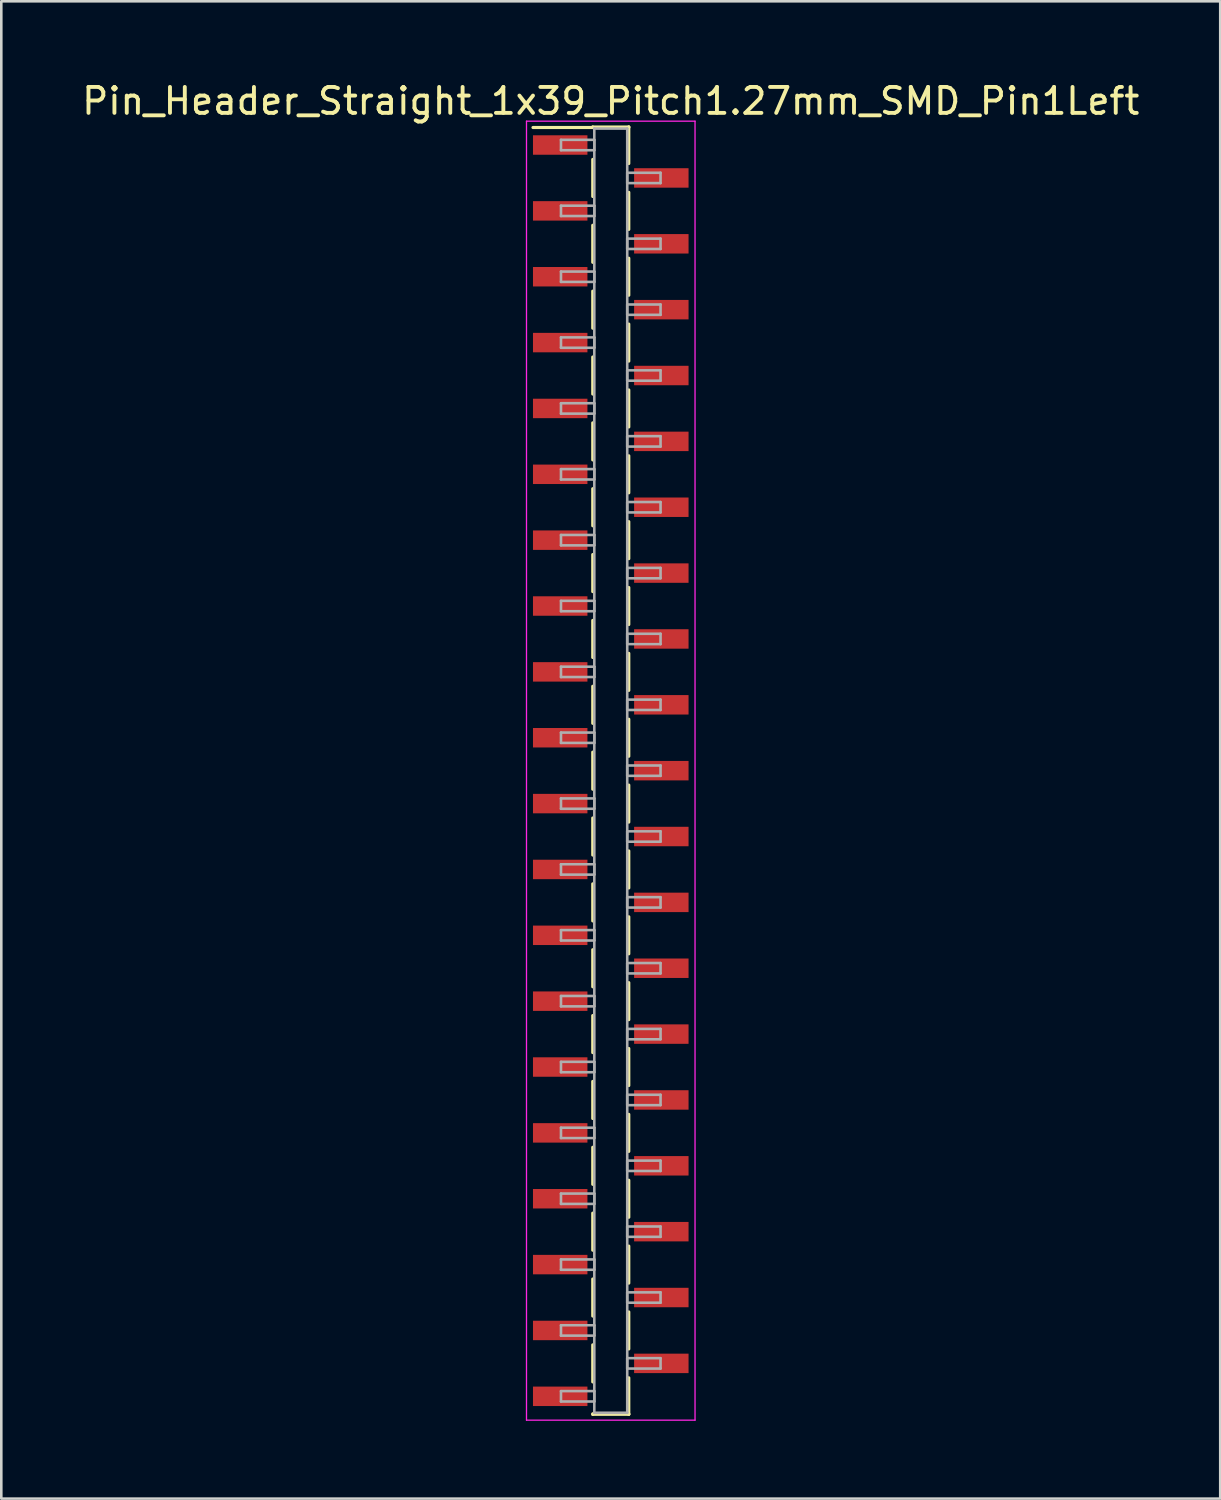
<source format=kicad_pcb>
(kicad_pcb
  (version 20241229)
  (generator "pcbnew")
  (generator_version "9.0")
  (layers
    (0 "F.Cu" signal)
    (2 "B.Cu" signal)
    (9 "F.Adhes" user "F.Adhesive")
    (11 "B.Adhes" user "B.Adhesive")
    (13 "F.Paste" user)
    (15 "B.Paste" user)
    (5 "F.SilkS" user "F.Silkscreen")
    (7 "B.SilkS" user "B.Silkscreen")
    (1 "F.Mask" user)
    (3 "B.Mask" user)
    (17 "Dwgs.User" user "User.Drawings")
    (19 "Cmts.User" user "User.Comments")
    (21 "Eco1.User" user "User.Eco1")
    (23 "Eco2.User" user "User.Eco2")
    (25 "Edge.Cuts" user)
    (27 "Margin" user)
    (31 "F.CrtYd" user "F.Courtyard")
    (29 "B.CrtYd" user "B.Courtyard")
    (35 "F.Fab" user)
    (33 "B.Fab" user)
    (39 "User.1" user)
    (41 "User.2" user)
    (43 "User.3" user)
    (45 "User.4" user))
  (footprint "Pin_Header_Straight_1x39_Pitch1.27mm_SMD_Pin1Left"
    (layer "F.Cu")
    (at 20.506 26.673)
    (property "Reference" "Pin_Header_Straight_1x39_Pitch1.27mm_SMD_Pin1Left" (at 0 -25.825 0) (layer "F.SilkS") (effects (font (size 1 1) (thickness 0.15))))
    (attr smd)
    (fp_line (start -0.695 -24.825) (end 0.695 -24.825) (stroke (width 0.12) (type solid)) (layer "F.SilkS"))
    (fp_line (start -0.695 -24.805) (end -3 -24.805) (stroke (width 0.12) (type solid)) (layer "F.SilkS"))
    (fp_line (start -0.695 -24.805) (end -0.695 -24.825) (stroke (width 0.12) (type solid)) (layer "F.SilkS"))
    (fp_line (start -0.695 -23.575) (end -0.695 -22.145) (stroke (width 0.12) (type solid)) (layer "F.SilkS"))
    (fp_line (start -0.695 -21.035) (end -0.695 -19.605) (stroke (width 0.12) (type solid)) (layer "F.SilkS"))
    (fp_line (start -0.695 -18.495) (end -0.695 -17.065) (stroke (width 0.12) (type solid)) (layer "F.SilkS"))
    (fp_line (start -0.695 -15.955) (end -0.695 -14.525) (stroke (width 0.12) (type solid)) (layer "F.SilkS"))
    (fp_line (start -0.695 -13.415) (end -0.695 -11.985) (stroke (width 0.12) (type solid)) (layer "F.SilkS"))
    (fp_line (start -0.695 -10.875) (end -0.695 -9.445) (stroke (width 0.12) (type solid)) (layer "F.SilkS"))
    (fp_line (start -0.695 -8.335) (end -0.695 -6.905) (stroke (width 0.12) (type solid)) (layer "F.SilkS"))
    (fp_line (start -0.695 -5.795) (end -0.695 -4.365) (stroke (width 0.12) (type solid)) (layer "F.SilkS"))
    (fp_line (start -0.695 -3.255) (end -0.695 -1.825) (stroke (width 0.12) (type solid)) (layer "F.SilkS"))
    (fp_line (start -0.695 -0.715) (end -0.695 0.715) (stroke (width 0.12) (type solid)) (layer "F.SilkS"))
    (fp_line (start -0.695 1.825) (end -0.695 3.255) (stroke (width 0.12) (type solid)) (layer "F.SilkS"))
    (fp_line (start -0.695 4.365) (end -0.695 5.795) (stroke (width 0.12) (type solid)) (layer "F.SilkS"))
    (fp_line (start -0.695 6.905) (end -0.695 8.335) (stroke (width 0.12) (type solid)) (layer "F.SilkS"))
    (fp_line (start -0.695 9.445) (end -0.695 10.875) (stroke (width 0.12) (type solid)) (layer "F.SilkS"))
    (fp_line (start -0.695 11.985) (end -0.695 13.415) (stroke (width 0.12) (type solid)) (layer "F.SilkS"))
    (fp_line (start -0.695 14.525) (end -0.695 15.955) (stroke (width 0.12) (type solid)) (layer "F.SilkS"))
    (fp_line (start -0.695 17.065) (end -0.695 18.495) (stroke (width 0.12) (type solid)) (layer "F.SilkS"))
    (fp_line (start -0.695 19.605) (end -0.695 21.035) (stroke (width 0.12) (type solid)) (layer "F.SilkS"))
    (fp_line (start -0.695 22.145) (end -0.695 23.575) (stroke (width 0.12) (type solid)) (layer "F.SilkS"))
    (fp_line (start -0.695 24.805) (end -0.695 24.825) (stroke (width 0.12) (type solid)) (layer "F.SilkS"))
    (fp_line (start -0.695 24.825) (end 0.695 24.825) (stroke (width 0.12) (type solid)) (layer "F.SilkS"))
    (fp_line (start 0.695 -24.825) (end 0.695 -24.805) (stroke (width 0.12) (type solid)) (layer "F.SilkS"))
    (fp_line (start 0.695 -24.825) (end 0.695 -23.415) (stroke (width 0.12) (type solid)) (layer "F.SilkS"))
    (fp_line (start 0.695 -22.305) (end 0.695 -20.875) (stroke (width 0.12) (type solid)) (layer "F.SilkS"))
    (fp_line (start 0.695 -19.765) (end 0.695 -18.335) (stroke (width 0.12) (type solid)) (layer "F.SilkS"))
    (fp_line (start 0.695 -17.225) (end 0.695 -15.795) (stroke (width 0.12) (type solid)) (layer "F.SilkS"))
    (fp_line (start 0.695 -14.685) (end 0.695 -13.255) (stroke (width 0.12) (type solid)) (layer "F.SilkS"))
    (fp_line (start 0.695 -12.145) (end 0.695 -10.715) (stroke (width 0.12) (type solid)) (layer "F.SilkS"))
    (fp_line (start 0.695 -9.605) (end 0.695 -8.175) (stroke (width 0.12) (type solid)) (layer "F.SilkS"))
    (fp_line (start 0.695 -7.065) (end 0.695 -5.635) (stroke (width 0.12) (type solid)) (layer "F.SilkS"))
    (fp_line (start 0.695 -4.525) (end 0.695 -3.095) (stroke (width 0.12) (type solid)) (layer "F.SilkS"))
    (fp_line (start 0.695 -1.985) (end 0.695 -0.555) (stroke (width 0.12) (type solid)) (layer "F.SilkS"))
    (fp_line (start 0.695 0.555) (end 0.695 1.985) (stroke (width 0.12) (type solid)) (layer "F.SilkS"))
    (fp_line (start 0.695 3.095) (end 0.695 4.525) (stroke (width 0.12) (type solid)) (layer "F.SilkS"))
    (fp_line (start 0.695 5.635) (end 0.695 7.065) (stroke (width 0.12) (type solid)) (layer "F.SilkS"))
    (fp_line (start 0.695 8.175) (end 0.695 9.605) (stroke (width 0.12) (type solid)) (layer "F.SilkS"))
    (fp_line (start 0.695 10.715) (end 0.695 12.145) (stroke (width 0.12) (type solid)) (layer "F.SilkS"))
    (fp_line (start 0.695 13.255) (end 0.695 14.685) (stroke (width 0.12) (type solid)) (layer "F.SilkS"))
    (fp_line (start 0.695 15.795) (end 0.695 17.225) (stroke (width 0.12) (type solid)) (layer "F.SilkS"))
    (fp_line (start 0.695 18.335) (end 0.695 19.765) (stroke (width 0.12) (type solid)) (layer "F.SilkS"))
    (fp_line (start 0.695 20.875) (end 0.695 22.305) (stroke (width 0.12) (type solid)) (layer "F.SilkS"))
    (fp_line (start 0.695 23.415) (end 0.695 24.825) (stroke (width 0.12) (type solid)) (layer "F.SilkS"))
    (fp_line (start 0.695 24.825) (end 0.695 24.805) (stroke (width 0.12) (type solid)) (layer "F.SilkS"))
    (fp_line (start -3.25 -25.05) (end -3.25 25.05) (stroke (width 0.05) (type solid)) (layer "F.CrtYd"))
    (fp_line (start -3.25 25.05) (end 3.25 25.05) (stroke (width 0.05) (type solid)) (layer "F.CrtYd"))
    (fp_line (start 3.25 -25.05) (end -3.25 -25.05) (stroke (width 0.05) (type solid)) (layer "F.CrtYd"))
    (fp_line (start 3.25 25.05) (end 3.25 -25.05) (stroke (width 0.05) (type solid)) (layer "F.CrtYd"))
    (fp_line (start -1.92 -24.33) (end -0.635 -24.33) (stroke (width 0.1) (type solid)) (layer "F.Fab"))
    (fp_line (start -1.92 -23.93) (end -1.92 -24.33) (stroke (width 0.1) (type solid)) (layer "F.Fab"))
    (fp_line (start -1.92 -21.79) (end -0.635 -21.79) (stroke (width 0.1) (type solid)) (layer "F.Fab"))
    (fp_line (start -1.92 -21.39) (end -1.92 -21.79) (stroke (width 0.1) (type solid)) (layer "F.Fab"))
    (fp_line (start -1.92 -19.25) (end -0.635 -19.25) (stroke (width 0.1) (type solid)) (layer "F.Fab"))
    (fp_line (start -1.92 -18.85) (end -1.92 -19.25) (stroke (width 0.1) (type solid)) (layer "F.Fab"))
    (fp_line (start -1.92 -16.71) (end -0.635 -16.71) (stroke (width 0.1) (type solid)) (layer "F.Fab"))
    (fp_line (start -1.92 -16.31) (end -1.92 -16.71) (stroke (width 0.1) (type solid)) (layer "F.Fab"))
    (fp_line (start -1.92 -14.17) (end -0.635 -14.17) (stroke (width 0.1) (type solid)) (layer "F.Fab"))
    (fp_line (start -1.92 -13.77) (end -1.92 -14.17) (stroke (width 0.1) (type solid)) (layer "F.Fab"))
    (fp_line (start -1.92 -11.63) (end -0.635 -11.63) (stroke (width 0.1) (type solid)) (layer "F.Fab"))
    (fp_line (start -1.92 -11.23) (end -1.92 -11.63) (stroke (width 0.1) (type solid)) (layer "F.Fab"))
    (fp_line (start -1.92 -9.09) (end -0.635 -9.09) (stroke (width 0.1) (type solid)) (layer "F.Fab"))
    (fp_line (start -1.92 -8.69) (end -1.92 -9.09) (stroke (width 0.1) (type solid)) (layer "F.Fab"))
    (fp_line (start -1.92 -6.55) (end -0.635 -6.55) (stroke (width 0.1) (type solid)) (layer "F.Fab"))
    (fp_line (start -1.92 -6.15) (end -1.92 -6.55) (stroke (width 0.1) (type solid)) (layer "F.Fab"))
    (fp_line (start -1.92 -4.01) (end -0.635 -4.01) (stroke (width 0.1) (type solid)) (layer "F.Fab"))
    (fp_line (start -1.92 -3.61) (end -1.92 -4.01) (stroke (width 0.1) (type solid)) (layer "F.Fab"))
    (fp_line (start -1.92 -1.47) (end -0.635 -1.47) (stroke (width 0.1) (type solid)) (layer "F.Fab"))
    (fp_line (start -1.92 -1.07) (end -1.92 -1.47) (stroke (width 0.1) (type solid)) (layer "F.Fab"))
    (fp_line (start -1.92 1.07) (end -0.635 1.07) (stroke (width 0.1) (type solid)) (layer "F.Fab"))
    (fp_line (start -1.92 1.47) (end -1.92 1.07) (stroke (width 0.1) (type solid)) (layer "F.Fab"))
    (fp_line (start -1.92 3.61) (end -0.635 3.61) (stroke (width 0.1) (type solid)) (layer "F.Fab"))
    (fp_line (start -1.92 4.01) (end -1.92 3.61) (stroke (width 0.1) (type solid)) (layer "F.Fab"))
    (fp_line (start -1.92 6.15) (end -0.635 6.15) (stroke (width 0.1) (type solid)) (layer "F.Fab"))
    (fp_line (start -1.92 6.55) (end -1.92 6.15) (stroke (width 0.1) (type solid)) (layer "F.Fab"))
    (fp_line (start -1.92 8.69) (end -0.635 8.69) (stroke (width 0.1) (type solid)) (layer "F.Fab"))
    (fp_line (start -1.92 9.09) (end -1.92 8.69) (stroke (width 0.1) (type solid)) (layer "F.Fab"))
    (fp_line (start -1.92 11.23) (end -0.635 11.23) (stroke (width 0.1) (type solid)) (layer "F.Fab"))
    (fp_line (start -1.92 11.63) (end -1.92 11.23) (stroke (width 0.1) (type solid)) (layer "F.Fab"))
    (fp_line (start -1.92 13.77) (end -0.635 13.77) (stroke (width 0.1) (type solid)) (layer "F.Fab"))
    (fp_line (start -1.92 14.17) (end -1.92 13.77) (stroke (width 0.1) (type solid)) (layer "F.Fab"))
    (fp_line (start -1.92 16.31) (end -0.635 16.31) (stroke (width 0.1) (type solid)) (layer "F.Fab"))
    (fp_line (start -1.92 16.71) (end -1.92 16.31) (stroke (width 0.1) (type solid)) (layer "F.Fab"))
    (fp_line (start -1.92 18.85) (end -0.635 18.85) (stroke (width 0.1) (type solid)) (layer "F.Fab"))
    (fp_line (start -1.92 19.25) (end -1.92 18.85) (stroke (width 0.1) (type solid)) (layer "F.Fab"))
    (fp_line (start -1.92 21.39) (end -0.635 21.39) (stroke (width 0.1) (type solid)) (layer "F.Fab"))
    (fp_line (start -1.92 21.79) (end -1.92 21.39) (stroke (width 0.1) (type solid)) (layer "F.Fab"))
    (fp_line (start -1.92 23.93) (end -0.635 23.93) (stroke (width 0.1) (type solid)) (layer "F.Fab"))
    (fp_line (start -1.92 24.33) (end -1.92 23.93) (stroke (width 0.1) (type solid)) (layer "F.Fab"))
    (fp_line (start -0.635 -24.765) (end -0.635 24.765) (stroke (width 0.1) (type solid)) (layer "F.Fab"))
    (fp_line (start -0.635 -24.33) (end -0.635 -23.93) (stroke (width 0.1) (type solid)) (layer "F.Fab"))
    (fp_line (start -0.635 -23.93) (end -1.92 -23.93) (stroke (width 0.1) (type solid)) (layer "F.Fab"))
    (fp_line (start -0.635 -21.79) (end -0.635 -21.39) (stroke (width 0.1) (type solid)) (layer "F.Fab"))
    (fp_line (start -0.635 -21.39) (end -1.92 -21.39) (stroke (width 0.1) (type solid)) (layer "F.Fab"))
    (fp_line (start -0.635 -19.25) (end -0.635 -18.85) (stroke (width 0.1) (type solid)) (layer "F.Fab"))
    (fp_line (start -0.635 -18.85) (end -1.92 -18.85) (stroke (width 0.1) (type solid)) (layer "F.Fab"))
    (fp_line (start -0.635 -16.71) (end -0.635 -16.31) (stroke (width 0.1) (type solid)) (layer "F.Fab"))
    (fp_line (start -0.635 -16.31) (end -1.92 -16.31) (stroke (width 0.1) (type solid)) (layer "F.Fab"))
    (fp_line (start -0.635 -14.17) (end -0.635 -13.77) (stroke (width 0.1) (type solid)) (layer "F.Fab"))
    (fp_line (start -0.635 -13.77) (end -1.92 -13.77) (stroke (width 0.1) (type solid)) (layer "F.Fab"))
    (fp_line (start -0.635 -11.63) (end -0.635 -11.23) (stroke (width 0.1) (type solid)) (layer "F.Fab"))
    (fp_line (start -0.635 -11.23) (end -1.92 -11.23) (stroke (width 0.1) (type solid)) (layer "F.Fab"))
    (fp_line (start -0.635 -9.09) (end -0.635 -8.69) (stroke (width 0.1) (type solid)) (layer "F.Fab"))
    (fp_line (start -0.635 -8.69) (end -1.92 -8.69) (stroke (width 0.1) (type solid)) (layer "F.Fab"))
    (fp_line (start -0.635 -6.55) (end -0.635 -6.15) (stroke (width 0.1) (type solid)) (layer "F.Fab"))
    (fp_line (start -0.635 -6.15) (end -1.92 -6.15) (stroke (width 0.1) (type solid)) (layer "F.Fab"))
    (fp_line (start -0.635 -4.01) (end -0.635 -3.61) (stroke (width 0.1) (type solid)) (layer "F.Fab"))
    (fp_line (start -0.635 -3.61) (end -1.92 -3.61) (stroke (width 0.1) (type solid)) (layer "F.Fab"))
    (fp_line (start -0.635 -1.47) (end -0.635 -1.07) (stroke (width 0.1) (type solid)) (layer "F.Fab"))
    (fp_line (start -0.635 -1.07) (end -1.92 -1.07) (stroke (width 0.1) (type solid)) (layer "F.Fab"))
    (fp_line (start -0.635 1.07) (end -0.635 1.47) (stroke (width 0.1) (type solid)) (layer "F.Fab"))
    (fp_line (start -0.635 1.47) (end -1.92 1.47) (stroke (width 0.1) (type solid)) (layer "F.Fab"))
    (fp_line (start -0.635 3.61) (end -0.635 4.01) (stroke (width 0.1) (type solid)) (layer "F.Fab"))
    (fp_line (start -0.635 4.01) (end -1.92 4.01) (stroke (width 0.1) (type solid)) (layer "F.Fab"))
    (fp_line (start -0.635 6.15) (end -0.635 6.55) (stroke (width 0.1) (type solid)) (layer "F.Fab"))
    (fp_line (start -0.635 6.55) (end -1.92 6.55) (stroke (width 0.1) (type solid)) (layer "F.Fab"))
    (fp_line (start -0.635 8.69) (end -0.635 9.09) (stroke (width 0.1) (type solid)) (layer "F.Fab"))
    (fp_line (start -0.635 9.09) (end -1.92 9.09) (stroke (width 0.1) (type solid)) (layer "F.Fab"))
    (fp_line (start -0.635 11.23) (end -0.635 11.63) (stroke (width 0.1) (type solid)) (layer "F.Fab"))
    (fp_line (start -0.635 11.63) (end -1.92 11.63) (stroke (width 0.1) (type solid)) (layer "F.Fab"))
    (fp_line (start -0.635 13.77) (end -0.635 14.17) (stroke (width 0.1) (type solid)) (layer "F.Fab"))
    (fp_line (start -0.635 14.17) (end -1.92 14.17) (stroke (width 0.1) (type solid)) (layer "F.Fab"))
    (fp_line (start -0.635 16.31) (end -0.635 16.71) (stroke (width 0.1) (type solid)) (layer "F.Fab"))
    (fp_line (start -0.635 16.71) (end -1.92 16.71) (stroke (width 0.1) (type solid)) (layer "F.Fab"))
    (fp_line (start -0.635 18.85) (end -0.635 19.25) (stroke (width 0.1) (type solid)) (layer "F.Fab"))
    (fp_line (start -0.635 19.25) (end -1.92 19.25) (stroke (width 0.1) (type solid)) (layer "F.Fab"))
    (fp_line (start -0.635 21.39) (end -0.635 21.79) (stroke (width 0.1) (type solid)) (layer "F.Fab"))
    (fp_line (start -0.635 21.79) (end -1.92 21.79) (stroke (width 0.1) (type solid)) (layer "F.Fab"))
    (fp_line (start -0.635 23.93) (end -0.635 24.33) (stroke (width 0.1) (type solid)) (layer "F.Fab"))
    (fp_line (start -0.635 24.33) (end -1.92 24.33) (stroke (width 0.1) (type solid)) (layer "F.Fab"))
    (fp_line (start -0.635 24.765) (end 0.635 24.765) (stroke (width 0.1) (type solid)) (layer "F.Fab"))
    (fp_line (start 0.635 -24.765) (end -0.635 -24.765) (stroke (width 0.1) (type solid)) (layer "F.Fab"))
    (fp_line (start 0.635 -23.06) (end 0.635 -22.66) (stroke (width 0.1) (type solid)) (layer "F.Fab"))
    (fp_line (start 0.635 -22.66) (end 1.92 -22.66) (stroke (width 0.1) (type solid)) (layer "F.Fab"))
    (fp_line (start 0.635 -20.52) (end 0.635 -20.12) (stroke (width 0.1) (type solid)) (layer "F.Fab"))
    (fp_line (start 0.635 -20.12) (end 1.92 -20.12) (stroke (width 0.1) (type solid)) (layer "F.Fab"))
    (fp_line (start 0.635 -17.98) (end 0.635 -17.58) (stroke (width 0.1) (type solid)) (layer "F.Fab"))
    (fp_line (start 0.635 -17.58) (end 1.92 -17.58) (stroke (width 0.1) (type solid)) (layer "F.Fab"))
    (fp_line (start 0.635 -15.44) (end 0.635 -15.04) (stroke (width 0.1) (type solid)) (layer "F.Fab"))
    (fp_line (start 0.635 -15.04) (end 1.92 -15.04) (stroke (width 0.1) (type solid)) (layer "F.Fab"))
    (fp_line (start 0.635 -12.9) (end 0.635 -12.5) (stroke (width 0.1) (type solid)) (layer "F.Fab"))
    (fp_line (start 0.635 -12.5) (end 1.92 -12.5) (stroke (width 0.1) (type solid)) (layer "F.Fab"))
    (fp_line (start 0.635 -10.36) (end 0.635 -9.96) (stroke (width 0.1) (type solid)) (layer "F.Fab"))
    (fp_line (start 0.635 -9.96) (end 1.92 -9.96) (stroke (width 0.1) (type solid)) (layer "F.Fab"))
    (fp_line (start 0.635 -7.82) (end 0.635 -7.42) (stroke (width 0.1) (type solid)) (layer "F.Fab"))
    (fp_line (start 0.635 -7.42) (end 1.92 -7.42) (stroke (width 0.1) (type solid)) (layer "F.Fab"))
    (fp_line (start 0.635 -5.28) (end 0.635 -4.88) (stroke (width 0.1) (type solid)) (layer "F.Fab"))
    (fp_line (start 0.635 -4.88) (end 1.92 -4.88) (stroke (width 0.1) (type solid)) (layer "F.Fab"))
    (fp_line (start 0.635 -2.74) (end 0.635 -2.34) (stroke (width 0.1) (type solid)) (layer "F.Fab"))
    (fp_line (start 0.635 -2.34) (end 1.92 -2.34) (stroke (width 0.1) (type solid)) (layer "F.Fab"))
    (fp_line (start 0.635 -0.2) (end 0.635 0.2) (stroke (width 0.1) (type solid)) (layer "F.Fab"))
    (fp_line (start 0.635 0.2) (end 1.92 0.2) (stroke (width 0.1) (type solid)) (layer "F.Fab"))
    (fp_line (start 0.635 2.34) (end 0.635 2.74) (stroke (width 0.1) (type solid)) (layer "F.Fab"))
    (fp_line (start 0.635 2.74) (end 1.92 2.74) (stroke (width 0.1) (type solid)) (layer "F.Fab"))
    (fp_line (start 0.635 4.88) (end 0.635 5.28) (stroke (width 0.1) (type solid)) (layer "F.Fab"))
    (fp_line (start 0.635 5.28) (end 1.92 5.28) (stroke (width 0.1) (type solid)) (layer "F.Fab"))
    (fp_line (start 0.635 7.42) (end 0.635 7.82) (stroke (width 0.1) (type solid)) (layer "F.Fab"))
    (fp_line (start 0.635 7.82) (end 1.92 7.82) (stroke (width 0.1) (type solid)) (layer "F.Fab"))
    (fp_line (start 0.635 9.96) (end 0.635 10.36) (stroke (width 0.1) (type solid)) (layer "F.Fab"))
    (fp_line (start 0.635 10.36) (end 1.92 10.36) (stroke (width 0.1) (type solid)) (layer "F.Fab"))
    (fp_line (start 0.635 12.5) (end 0.635 12.9) (stroke (width 0.1) (type solid)) (layer "F.Fab"))
    (fp_line (start 0.635 12.9) (end 1.92 12.9) (stroke (width 0.1) (type solid)) (layer "F.Fab"))
    (fp_line (start 0.635 15.04) (end 0.635 15.44) (stroke (width 0.1) (type solid)) (layer "F.Fab"))
    (fp_line (start 0.635 15.44) (end 1.92 15.44) (stroke (width 0.1) (type solid)) (layer "F.Fab"))
    (fp_line (start 0.635 17.58) (end 0.635 17.98) (stroke (width 0.1) (type solid)) (layer "F.Fab"))
    (fp_line (start 0.635 17.98) (end 1.92 17.98) (stroke (width 0.1) (type solid)) (layer "F.Fab"))
    (fp_line (start 0.635 20.12) (end 0.635 20.52) (stroke (width 0.1) (type solid)) (layer "F.Fab"))
    (fp_line (start 0.635 20.52) (end 1.92 20.52) (stroke (width 0.1) (type solid)) (layer "F.Fab"))
    (fp_line (start 0.635 22.66) (end 0.635 23.06) (stroke (width 0.1) (type solid)) (layer "F.Fab"))
    (fp_line (start 0.635 23.06) (end 1.92 23.06) (stroke (width 0.1) (type solid)) (layer "F.Fab"))
    (fp_line (start 0.635 24.765) (end 0.635 -24.765) (stroke (width 0.1) (type solid)) (layer "F.Fab"))
    (fp_line (start 1.92 -23.06) (end 0.635 -23.06) (stroke (width 0.1) (type solid)) (layer "F.Fab"))
    (fp_line (start 1.92 -22.66) (end 1.92 -23.06) (stroke (width 0.1) (type solid)) (layer "F.Fab"))
    (fp_line (start 1.92 -20.52) (end 0.635 -20.52) (stroke (width 0.1) (type solid)) (layer "F.Fab"))
    (fp_line (start 1.92 -20.12) (end 1.92 -20.52) (stroke (width 0.1) (type solid)) (layer "F.Fab"))
    (fp_line (start 1.92 -17.98) (end 0.635 -17.98) (stroke (width 0.1) (type solid)) (layer "F.Fab"))
    (fp_line (start 1.92 -17.58) (end 1.92 -17.98) (stroke (width 0.1) (type solid)) (layer "F.Fab"))
    (fp_line (start 1.92 -15.44) (end 0.635 -15.44) (stroke (width 0.1) (type solid)) (layer "F.Fab"))
    (fp_line (start 1.92 -15.04) (end 1.92 -15.44) (stroke (width 0.1) (type solid)) (layer "F.Fab"))
    (fp_line (start 1.92 -12.9) (end 0.635 -12.9) (stroke (width 0.1) (type solid)) (layer "F.Fab"))
    (fp_line (start 1.92 -12.5) (end 1.92 -12.9) (stroke (width 0.1) (type solid)) (layer "F.Fab"))
    (fp_line (start 1.92 -10.36) (end 0.635 -10.36) (stroke (width 0.1) (type solid)) (layer "F.Fab"))
    (fp_line (start 1.92 -9.96) (end 1.92 -10.36) (stroke (width 0.1) (type solid)) (layer "F.Fab"))
    (fp_line (start 1.92 -7.82) (end 0.635 -7.82) (stroke (width 0.1) (type solid)) (layer "F.Fab"))
    (fp_line (start 1.92 -7.42) (end 1.92 -7.82) (stroke (width 0.1) (type solid)) (layer "F.Fab"))
    (fp_line (start 1.92 -5.28) (end 0.635 -5.28) (stroke (width 0.1) (type solid)) (layer "F.Fab"))
    (fp_line (start 1.92 -4.88) (end 1.92 -5.28) (stroke (width 0.1) (type solid)) (layer "F.Fab"))
    (fp_line (start 1.92 -2.74) (end 0.635 -2.74) (stroke (width 0.1) (type solid)) (layer "F.Fab"))
    (fp_line (start 1.92 -2.34) (end 1.92 -2.74) (stroke (width 0.1) (type solid)) (layer "F.Fab"))
    (fp_line (start 1.92 -0.2) (end 0.635 -0.2) (stroke (width 0.1) (type solid)) (layer "F.Fab"))
    (fp_line (start 1.92 0.2) (end 1.92 -0.2) (stroke (width 0.1) (type solid)) (layer "F.Fab"))
    (fp_line (start 1.92 2.34) (end 0.635 2.34) (stroke (width 0.1) (type solid)) (layer "F.Fab"))
    (fp_line (start 1.92 2.74) (end 1.92 2.34) (stroke (width 0.1) (type solid)) (layer "F.Fab"))
    (fp_line (start 1.92 4.88) (end 0.635 4.88) (stroke (width 0.1) (type solid)) (layer "F.Fab"))
    (fp_line (start 1.92 5.28) (end 1.92 4.88) (stroke (width 0.1) (type solid)) (layer "F.Fab"))
    (fp_line (start 1.92 7.42) (end 0.635 7.42) (stroke (width 0.1) (type solid)) (layer "F.Fab"))
    (fp_line (start 1.92 7.82) (end 1.92 7.42) (stroke (width 0.1) (type solid)) (layer "F.Fab"))
    (fp_line (start 1.92 9.96) (end 0.635 9.96) (stroke (width 0.1) (type solid)) (layer "F.Fab"))
    (fp_line (start 1.92 10.36) (end 1.92 9.96) (stroke (width 0.1) (type solid)) (layer "F.Fab"))
    (fp_line (start 1.92 12.5) (end 0.635 12.5) (stroke (width 0.1) (type solid)) (layer "F.Fab"))
    (fp_line (start 1.92 12.9) (end 1.92 12.5) (stroke (width 0.1) (type solid)) (layer "F.Fab"))
    (fp_line (start 1.92 15.04) (end 0.635 15.04) (stroke (width 0.1) (type solid)) (layer "F.Fab"))
    (fp_line (start 1.92 15.44) (end 1.92 15.04) (stroke (width 0.1) (type solid)) (layer "F.Fab"))
    (fp_line (start 1.92 17.58) (end 0.635 17.58) (stroke (width 0.1) (type solid)) (layer "F.Fab"))
    (fp_line (start 1.92 17.98) (end 1.92 17.58) (stroke (width 0.1) (type solid)) (layer "F.Fab"))
    (fp_line (start 1.92 20.12) (end 0.635 20.12) (stroke (width 0.1) (type solid)) (layer "F.Fab"))
    (fp_line (start 1.92 20.52) (end 1.92 20.12) (stroke (width 0.1) (type solid)) (layer "F.Fab"))
    (fp_line (start 1.92 22.66) (end 0.635 22.66) (stroke (width 0.1) (type solid)) (layer "F.Fab"))
    (fp_line (start 1.92 23.06) (end 1.92 22.66) (stroke (width 0.1) (type solid)) (layer "F.Fab"))
    (pad "1" smd rect (at -1.95 -24.13) (size 2.1 0.75) (layers "F.Cu" "F.Mask"))
    (pad "2" smd rect (at 1.95 -22.86) (size 2.1 0.75) (layers "F.Cu" "F.Mask"))
    (pad "3" smd rect (at -1.95 -21.59) (size 2.1 0.75) (layers "F.Cu" "F.Mask"))
    (pad "4" smd rect (at 1.95 -20.32) (size 2.1 0.75) (layers "F.Cu" "F.Mask"))
    (pad "5" smd rect (at -1.95 -19.05) (size 2.1 0.75) (layers "F.Cu" "F.Mask"))
    (pad "6" smd rect (at 1.95 -17.78) (size 2.1 0.75) (layers "F.Cu" "F.Mask"))
    (pad "7" smd rect (at -1.95 -16.51) (size 2.1 0.75) (layers "F.Cu" "F.Mask"))
    (pad "8" smd rect (at 1.95 -15.24) (size 2.1 0.75) (layers "F.Cu" "F.Mask"))
    (pad "9" smd rect (at -1.95 -13.97) (size 2.1 0.75) (layers "F.Cu" "F.Mask"))
    (pad "10" smd rect (at 1.95 -12.7) (size 2.1 0.75) (layers "F.Cu" "F.Mask"))
    (pad "11" smd rect (at -1.95 -11.43) (size 2.1 0.75) (layers "F.Cu" "F.Mask"))
    (pad "12" smd rect (at 1.95 -10.16) (size 2.1 0.75) (layers "F.Cu" "F.Mask"))
    (pad "13" smd rect (at -1.95 -8.89) (size 2.1 0.75) (layers "F.Cu" "F.Mask"))
    (pad "14" smd rect (at 1.95 -7.62) (size 2.1 0.75) (layers "F.Cu" "F.Mask"))
    (pad "15" smd rect (at -1.95 -6.35) (size 2.1 0.75) (layers "F.Cu" "F.Mask"))
    (pad "16" smd rect (at 1.95 -5.08) (size 2.1 0.75) (layers "F.Cu" "F.Mask"))
    (pad "17" smd rect (at -1.95 -3.81) (size 2.1 0.75) (layers "F.Cu" "F.Mask"))
    (pad "18" smd rect (at 1.95 -2.54) (size 2.1 0.75) (layers "F.Cu" "F.Mask"))
    (pad "19" smd rect (at -1.95 -1.27) (size 2.1 0.75) (layers "F.Cu" "F.Mask"))
    (pad "20" smd rect (at 1.95 0) (size 2.1 0.75) (layers "F.Cu" "F.Mask"))
    (pad "21" smd rect (at -1.95 1.27) (size 2.1 0.75) (layers "F.Cu" "F.Mask"))
    (pad "22" smd rect (at 1.95 2.54) (size 2.1 0.75) (layers "F.Cu" "F.Mask"))
    (pad "23" smd rect (at -1.95 3.81) (size 2.1 0.75) (layers "F.Cu" "F.Mask"))
    (pad "24" smd rect (at 1.95 5.08) (size 2.1 0.75) (layers "F.Cu" "F.Mask"))
    (pad "25" smd rect (at -1.95 6.35) (size 2.1 0.75) (layers "F.Cu" "F.Mask"))
    (pad "26" smd rect (at 1.95 7.62) (size 2.1 0.75) (layers "F.Cu" "F.Mask"))
    (pad "27" smd rect (at -1.95 8.89) (size 2.1 0.75) (layers "F.Cu" "F.Mask"))
    (pad "28" smd rect (at 1.95 10.16) (size 2.1 0.75) (layers "F.Cu" "F.Mask"))
    (pad "29" smd rect (at -1.95 11.43) (size 2.1 0.75) (layers "F.Cu" "F.Mask"))
    (pad "30" smd rect (at 1.95 12.7) (size 2.1 0.75) (layers "F.Cu" "F.Mask"))
    (pad "31" smd rect (at -1.95 13.97) (size 2.1 0.75) (layers "F.Cu" "F.Mask"))
    (pad "32" smd rect (at 1.95 15.24) (size 2.1 0.75) (layers "F.Cu" "F.Mask"))
    (pad "33" smd rect (at -1.95 16.51) (size 2.1 0.75) (layers "F.Cu" "F.Mask"))
    (pad "34" smd rect (at 1.95 17.78) (size 2.1 0.75) (layers "F.Cu" "F.Mask"))
    (pad "35" smd rect (at -1.95 19.05) (size 2.1 0.75) (layers "F.Cu" "F.Mask"))
    (pad "36" smd rect (at 1.95 20.32) (size 2.1 0.75) (layers "F.Cu" "F.Mask"))
    (pad "37" smd rect (at -1.95 21.59) (size 2.1 0.75) (layers "F.Cu" "F.Mask"))
    (pad "38" smd rect (at 1.95 22.86) (size 2.1 0.75) (layers "F.Cu" "F.Mask"))
    (pad "39" smd rect (at -1.95 24.13) (size 2.1 0.75) (layers "F.Cu" "F.Mask")))
  (gr_rect
    (start -3 -3)
    (end 44.012 54.748)
    (stroke (width 0.1) (type default))
    (fill no)
    (layer "Edge.Cuts")))
</source>
